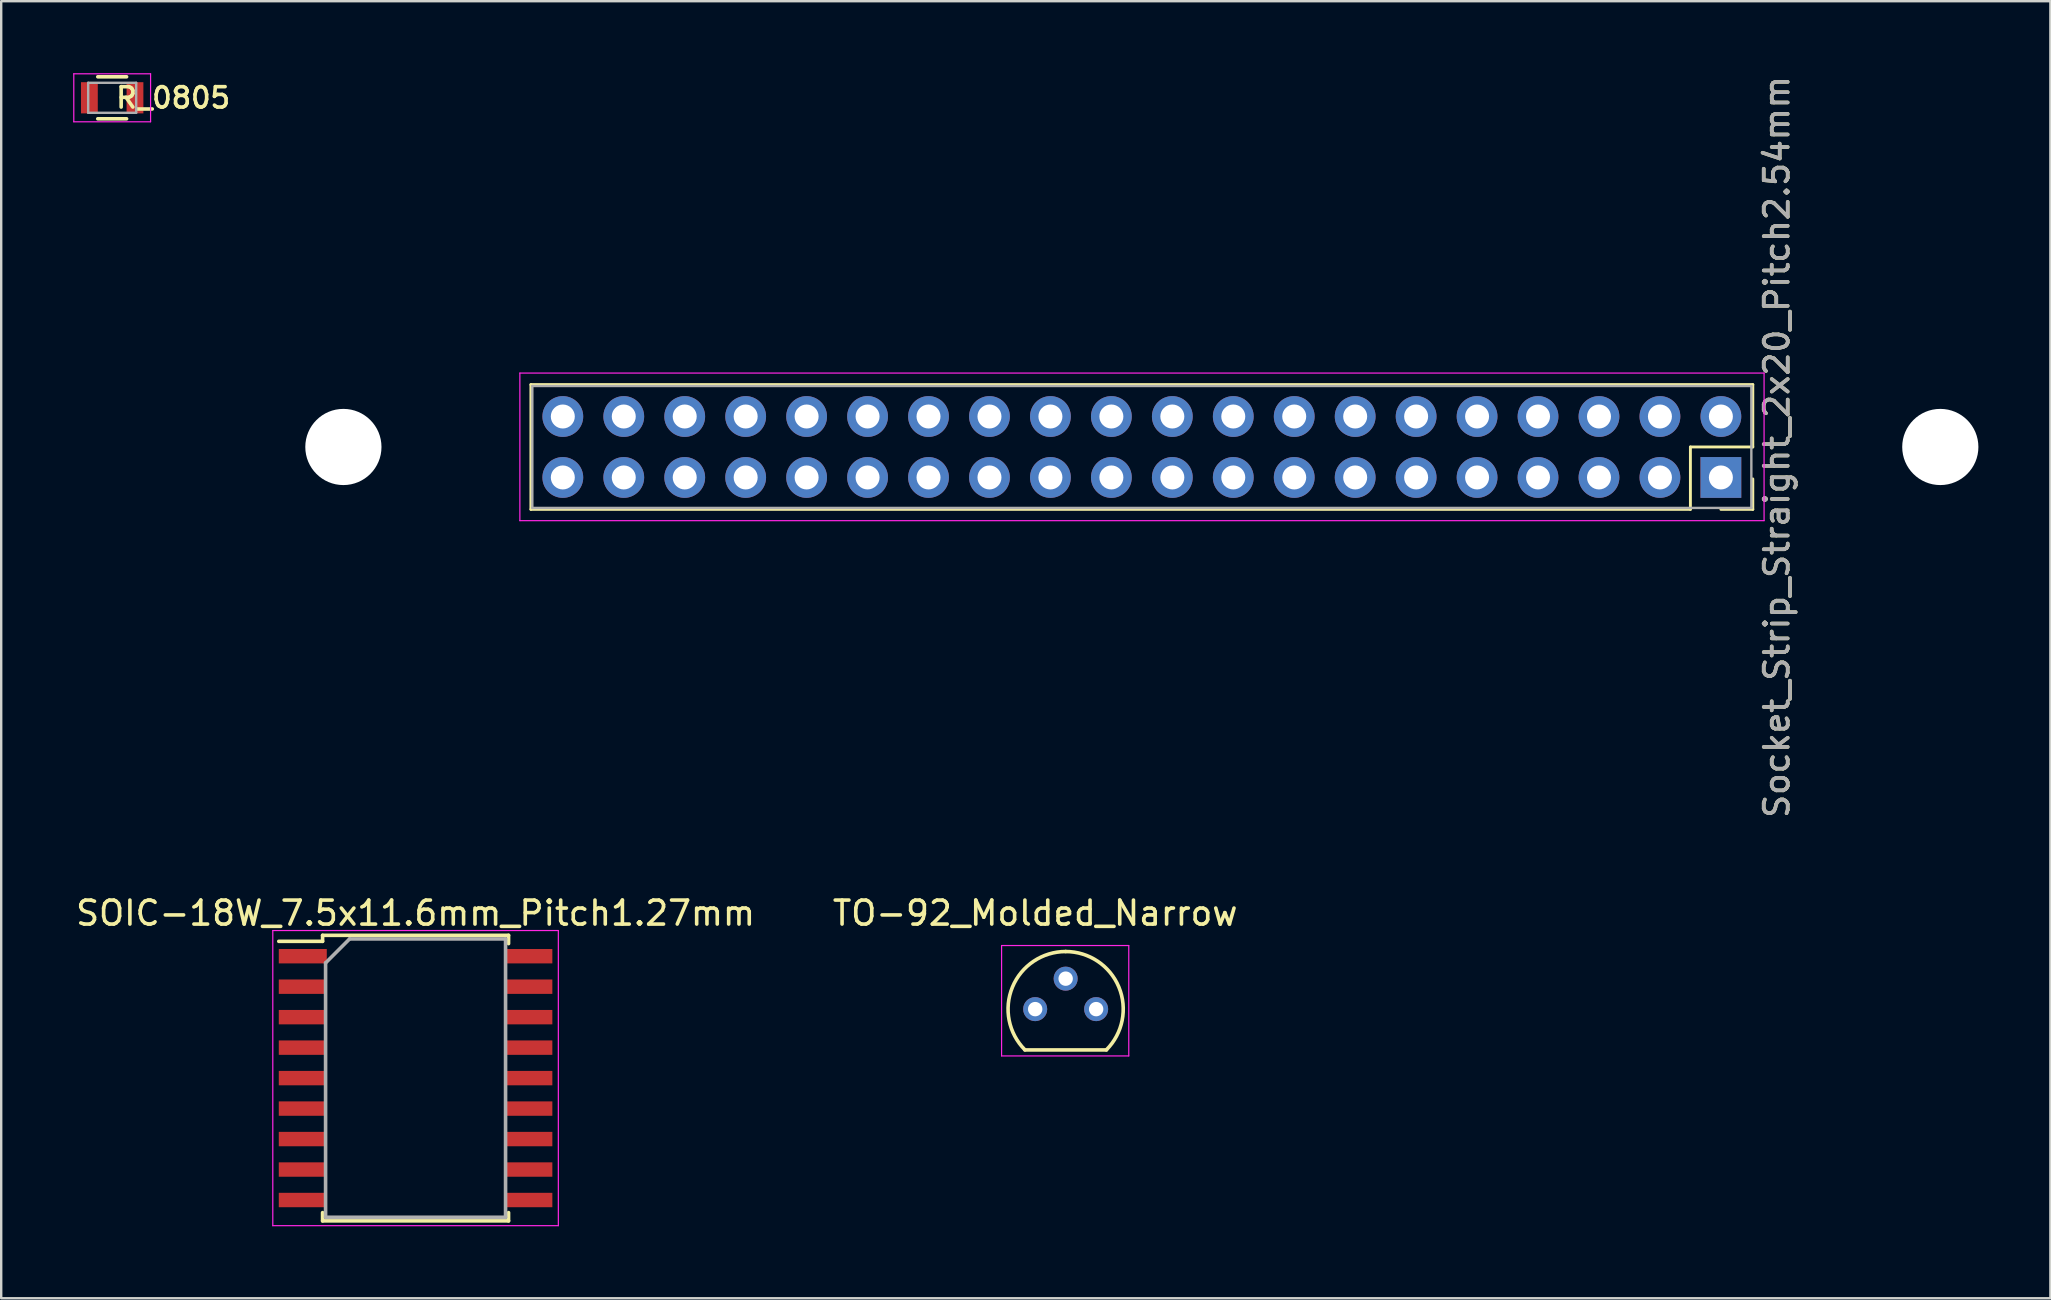
<source format=kicad_pcb>
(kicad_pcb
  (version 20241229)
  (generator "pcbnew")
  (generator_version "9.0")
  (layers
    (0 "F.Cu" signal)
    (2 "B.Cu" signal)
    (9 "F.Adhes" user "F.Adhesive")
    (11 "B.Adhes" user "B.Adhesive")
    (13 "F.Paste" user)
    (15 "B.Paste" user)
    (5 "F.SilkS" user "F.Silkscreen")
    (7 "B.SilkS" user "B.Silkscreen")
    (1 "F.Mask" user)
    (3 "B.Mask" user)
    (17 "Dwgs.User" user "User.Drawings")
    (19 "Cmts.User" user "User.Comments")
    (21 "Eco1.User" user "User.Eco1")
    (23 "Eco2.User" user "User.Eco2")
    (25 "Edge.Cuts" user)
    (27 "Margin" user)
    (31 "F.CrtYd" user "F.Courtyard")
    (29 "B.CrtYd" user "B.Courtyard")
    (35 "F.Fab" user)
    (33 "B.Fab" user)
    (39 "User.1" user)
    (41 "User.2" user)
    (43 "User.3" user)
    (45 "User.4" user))
  (footprint "SOIC-18W_7.5x11.6mm_Pitch1.27mm"
    (layer "F.Cu")
    (at 14.268 41.878)
    (property "Reference" "SOIC-18W_7.5x11.6mm_Pitch1.27mm" (at 0 -6.875 0) (layer "F.SilkS") (effects (font (size 1 1) (thickness 0.15))))
    (attr smd)
    (fp_line (start -3.875 -5.95) (end -3.875 -5.7) (stroke (width 0.15) (type solid)) (layer "F.SilkS"))
    (fp_line (start -3.875 -5.95) (end 3.875 -5.95) (stroke (width 0.15) (type solid)) (layer "F.SilkS"))
    (fp_line (start -3.875 -5.7) (end -5.7 -5.7) (stroke (width 0.15) (type solid)) (layer "F.SilkS"))
    (fp_line (start -3.875 5.95) (end -3.875 5.605) (stroke (width 0.15) (type solid)) (layer "F.SilkS"))
    (fp_line (start -3.875 5.95) (end 3.875 5.95) (stroke (width 0.15) (type solid)) (layer "F.SilkS"))
    (fp_line (start 3.875 -5.95) (end 3.875 -5.605) (stroke (width 0.15) (type solid)) (layer "F.SilkS"))
    (fp_line (start 3.875 5.95) (end 3.875 5.605) (stroke (width 0.15) (type solid)) (layer "F.SilkS"))
    (fp_line (start -5.95 -6.15) (end -5.95 6.15) (stroke (width 0.05) (type solid)) (layer "F.CrtYd"))
    (fp_line (start -5.95 -6.15) (end 5.95 -6.15) (stroke (width 0.05) (type solid)) (layer "F.CrtYd"))
    (fp_line (start -5.95 6.15) (end 5.95 6.15) (stroke (width 0.05) (type solid)) (layer "F.CrtYd"))
    (fp_line (start 5.95 -6.15) (end 5.95 6.15) (stroke (width 0.05) (type solid)) (layer "F.CrtYd"))
    (fp_line (start -3.75 -4.8) (end -2.75 -5.8) (stroke (width 0.15) (type solid)) (layer "F.Fab"))
    (fp_line (start -3.75 5.8) (end -3.75 -4.8) (stroke (width 0.15) (type solid)) (layer "F.Fab"))
    (fp_line (start -2.75 -5.8) (end 3.75 -5.8) (stroke (width 0.15) (type solid)) (layer "F.Fab"))
    (fp_line (start 3.75 -5.8) (end 3.75 5.8) (stroke (width 0.15) (type solid)) (layer "F.Fab"))
    (fp_line (start 3.75 5.8) (end -3.75 5.8) (stroke (width 0.15) (type solid)) (layer "F.Fab"))
    (pad "1" smd rect (at -4.7 -5.08) (size 2 0.6) (layers "F.Cu" "F.Mask" "F.Paste"))
    (pad "2" smd rect (at -4.7 -3.81) (size 2 0.6) (layers "F.Cu" "F.Mask" "F.Paste"))
    (pad "3" smd rect (at -4.7 -2.54) (size 2 0.6) (layers "F.Cu" "F.Mask" "F.Paste"))
    (pad "4" smd rect (at -4.7 -1.27) (size 2 0.6) (layers "F.Cu" "F.Mask" "F.Paste"))
    (pad "5" smd rect (at -4.7 0) (size 2 0.6) (layers "F.Cu" "F.Mask" "F.Paste"))
    (pad "6" smd rect (at -4.7 1.27) (size 2 0.6) (layers "F.Cu" "F.Mask" "F.Paste"))
    (pad "7" smd rect (at -4.7 2.54) (size 2 0.6) (layers "F.Cu" "F.Mask" "F.Paste"))
    (pad "8" smd rect (at -4.7 3.81) (size 2 0.6) (layers "F.Cu" "F.Mask" "F.Paste"))
    (pad "9" smd rect (at -4.7 5.08) (size 2 0.6) (layers "F.Cu" "F.Mask" "F.Paste"))
    (pad "10" smd rect (at 4.7 5.08) (size 2 0.6) (layers "F.Cu" "F.Mask" "F.Paste"))
    (pad "11" smd rect (at 4.7 3.81) (size 2 0.6) (layers "F.Cu" "F.Mask" "F.Paste"))
    (pad "12" smd rect (at 4.7 2.54) (size 2 0.6) (layers "F.Cu" "F.Mask" "F.Paste"))
    (pad "13" smd rect (at 4.7 1.27) (size 2 0.6) (layers "F.Cu" "F.Mask" "F.Paste"))
    (pad "14" smd rect (at 4.7 0) (size 2 0.6) (layers "F.Cu" "F.Mask" "F.Paste"))
    (pad "15" smd rect (at 4.7 -1.27) (size 2 0.6) (layers "F.Cu" "F.Mask" "F.Paste"))
    (pad "16" smd rect (at 4.7 -2.54) (size 2 0.6) (layers "F.Cu" "F.Mask" "F.Paste"))
    (pad "17" smd rect (at 4.7 -3.81) (size 2 0.6) (layers "F.Cu" "F.Mask" "F.Paste"))
    (pad "18" smd rect (at 4.7 -5.08) (size 2 0.6) (layers "F.Cu" "F.Mask" "F.Paste")))
  (footprint "TO-92_Molded_Narrow"
    (layer "F.Cu")
    (at 40.089 39.003)
    (property "Reference" "TO-92_Molded_Narrow" (at 0 -4 0) (layer "F.SilkS") (effects (font (size 1 1) (thickness 0.15))))
    (attr through_hole)
    (fp_line (start -0.43 1.7) (end 2.97 1.7) (stroke (width 0.15) (type solid)) (layer "F.SilkS"))
    (fp_arc (start -0.427056 1.697056) (mid -0.947311 -0.91844) (end 1.27 -2.4) (stroke (width 0.15) (type solid)) (layer "F.SilkS"))
    (fp_arc (start 1.27 -2.4) (mid 3.487311 -0.91844) (end 2.967056 1.697056) (stroke (width 0.15) (type solid)) (layer "F.SilkS"))
    (fp_line (start -1.4 -2.65) (end 3.9 -2.65) (stroke (width 0.05) (type solid)) (layer "F.CrtYd"))
    (fp_line (start -1.4 1.95) (end -1.4 -2.65) (stroke (width 0.05) (type solid)) (layer "F.CrtYd"))
    (fp_line (start -1.4 1.95) (end 3.9 1.95) (stroke (width 0.05) (type solid)) (layer "F.CrtYd"))
    (fp_line (start 3.9 1.95) (end 3.9 -2.65) (stroke (width 0.05) (type solid)) (layer "F.CrtYd"))
    (pad "1" thru_hole circle (at 0 0 90) (size 1.001 1.001) (drill 0.6) (layers "*.Cu" "*.Mask"))
    (pad "2" thru_hole circle (at 1.27 -1.27 90) (size 1.001 1.001) (drill 0.6) (layers "*.Cu" "*.Mask"))
    (pad "3" thru_hole circle (at 2.54 0 90) (size 1.001 1.001) (drill 0.6) (layers "*.Cu" "*.Mask")))
  (footprint "R_0805"
    (layer "F.Cu")
    (at 1.625 1.025)
    (property "Reference" "R_0805" (at 2.54 0 0) (layer "F.SilkS") (effects (font (size 0.85 0.85) (thickness 0.15))))
    (attr smd)
    (fp_line (start -0.6 -0.875) (end 0.6 -0.875) (stroke (width 0.15) (type solid)) (layer "F.SilkS"))
    (fp_line (start 0.6 0.875) (end -0.6 0.875) (stroke (width 0.15) (type solid)) (layer "F.SilkS"))
    (fp_line (start -1.6 -1) (end -1.6 1) (stroke (width 0.05) (type solid)) (layer "F.CrtYd"))
    (fp_line (start -1.6 -1) (end 1.6 -1) (stroke (width 0.05) (type solid)) (layer "F.CrtYd"))
    (fp_line (start -1.6 1) (end 1.6 1) (stroke (width 0.05) (type solid)) (layer "F.CrtYd"))
    (fp_line (start 1.6 -1) (end 1.6 1) (stroke (width 0.05) (type solid)) (layer "F.CrtYd"))
    (fp_line (start -1 -0.625) (end 1 -0.625) (stroke (width 0.1) (type solid)) (layer "F.Fab"))
    (fp_line (start -1 0.625) (end -1 -0.625) (stroke (width 0.1) (type solid)) (layer "F.Fab"))
    (fp_line (start 1 -0.625) (end 1 0.625) (stroke (width 0.1) (type solid)) (layer "F.Fab"))
    (fp_line (start 1 0.625) (end -1 0.625) (stroke (width 0.1) (type solid)) (layer "F.Fab"))
    (pad "1" smd rect (at -0.95 0) (size 0.7 1.3) (layers "F.Cu" "F.Mask" "F.Paste"))
    (pad "2" smd rect (at 0.95 0) (size 0.7 1.3) (layers "F.Cu" "F.Mask" "F.Paste")))
  (footprint "Socket_Strip_Straight_2x20_Pitch2.54mm"
    (layer "F.Cu")
    (at 44.534 15.577)
    (property "Reference" "Socket_Strip_Straight_2x20_Pitch2.54mm" (at 26.46 0 270) (layer "F.SilkS") (effects (font (size 1 1) (thickness 0.15))))
    (attr through_hole)
    (fp_line (start -25.46 -2.6) (end 25.46 -2.6) (stroke (width 0.12) (type solid)) (layer "F.SilkS"))
    (fp_line (start -25.46 2.6) (end -25.46 -2.6) (stroke (width 0.12) (type solid)) (layer "F.SilkS"))
    (fp_line (start 22.86 0) (end 22.86 2.6) (stroke (width 0.12) (type solid)) (layer "F.SilkS"))
    (fp_line (start 22.86 2.6) (end -25.46 2.6) (stroke (width 0.12) (type solid)) (layer "F.SilkS"))
    (fp_line (start 24.13 2.6) (end 25.46 2.6) (stroke (width 0.12) (type solid)) (layer "F.SilkS"))
    (fp_line (start 25.46 -2.6) (end 25.46 0) (stroke (width 0.12) (type solid)) (layer "F.SilkS"))
    (fp_line (start 25.46 0) (end 22.86 0) (stroke (width 0.12) (type solid)) (layer "F.SilkS"))
    (fp_line (start 25.46 2.6) (end 25.46 1.33) (stroke (width 0.12) (type solid)) (layer "F.SilkS"))
    (fp_line (start -25.92 -3.08) (end -25.92 3.07) (stroke (width 0.05) (type solid)) (layer "F.CrtYd"))
    (fp_line (start -25.92 3.07) (end 25.93 3.07) (stroke (width 0.05) (type solid)) (layer "F.CrtYd"))
    (fp_line (start 25.93 -3.08) (end -25.92 -3.08) (stroke (width 0.05) (type solid)) (layer "F.CrtYd"))
    (fp_line (start 25.93 3.07) (end 25.93 -3.08) (stroke (width 0.05) (type solid)) (layer "F.CrtYd"))
    (fp_line (start -25.4 -2.54) (end -25.4 2.54) (stroke (width 0.1) (type solid)) (layer "F.Fab"))
    (fp_line (start -25.4 2.54) (end 25.4 2.54) (stroke (width 0.1) (type solid)) (layer "F.Fab"))
    (fp_line (start 25.4 -2.54) (end -25.4 -2.54) (stroke (width 0.1) (type solid)) (layer "F.Fab"))
    (fp_line (start 25.4 2.54) (end 25.4 -2.54) (stroke (width 0.1) (type solid)) (layer "F.Fab"))
    (fp_text user "${REFERENCE}" (at 26.46 0 270) (layer "F.Fab") (effects (font (size 1 1) (thickness 0.15))))
    (pad "" np_thru_hole circle (at -33.274 0) (size 3.175 3.175) (drill 3.175) (layers "*.Cu" "*.Mask"))
    (pad "" np_thru_hole circle (at 33.274 0) (size 3.175 3.175) (drill 3.175) (layers "*.Cu" "*.Mask"))
    (pad "1" thru_hole rect (at 24.13 1.27 270) (size 1.7 1.7) (drill 1) (layers "*.Cu" "*.Mask"))
    (pad "2" thru_hole oval (at 24.13 -1.27 270) (size 1.7 1.7) (drill 1) (layers "*.Cu" "*.Mask"))
    (pad "3" thru_hole oval (at 21.59 1.27 270) (size 1.7 1.7) (drill 1) (layers "*.Cu" "*.Mask"))
    (pad "4" thru_hole oval (at 21.59 -1.27 270) (size 1.7 1.7) (drill 1) (layers "*.Cu" "*.Mask"))
    (pad "5" thru_hole oval (at 19.05 1.27 270) (size 1.7 1.7) (drill 1) (layers "*.Cu" "*.Mask"))
    (pad "6" thru_hole oval (at 19.05 -1.27 270) (size 1.7 1.7) (drill 1) (layers "*.Cu" "*.Mask"))
    (pad "7" thru_hole oval (at 16.51 1.27 270) (size 1.7 1.7) (drill 1) (layers "*.Cu" "*.Mask"))
    (pad "8" thru_hole oval (at 16.51 -1.27 270) (size 1.7 1.7) (drill 1) (layers "*.Cu" "*.Mask"))
    (pad "9" thru_hole oval (at 13.97 1.27 270) (size 1.7 1.7) (drill 1) (layers "*.Cu" "*.Mask"))
    (pad "10" thru_hole oval (at 13.97 -1.27 270) (size 1.7 1.7) (drill 1) (layers "*.Cu" "*.Mask"))
    (pad "11" thru_hole oval (at 11.43 1.27 270) (size 1.7 1.7) (drill 1) (layers "*.Cu" "*.Mask"))
    (pad "12" thru_hole oval (at 11.43 -1.27 270) (size 1.7 1.7) (drill 1) (layers "*.Cu" "*.Mask"))
    (pad "13" thru_hole oval (at 8.89 1.27 270) (size 1.7 1.7) (drill 1) (layers "*.Cu" "*.Mask"))
    (pad "14" thru_hole oval (at 8.89 -1.27 270) (size 1.7 1.7) (drill 1) (layers "*.Cu" "*.Mask"))
    (pad "15" thru_hole oval (at 6.35 1.27 270) (size 1.7 1.7) (drill 1) (layers "*.Cu" "*.Mask"))
    (pad "16" thru_hole oval (at 6.35 -1.27 270) (size 1.7 1.7) (drill 1) (layers "*.Cu" "*.Mask"))
    (pad "17" thru_hole oval (at 3.81 1.27 270) (size 1.7 1.7) (drill 1) (layers "*.Cu" "*.Mask"))
    (pad "18" thru_hole oval (at 3.81 -1.27 270) (size 1.7 1.7) (drill 1) (layers "*.Cu" "*.Mask"))
    (pad "19" thru_hole oval (at 1.27 1.27 270) (size 1.7 1.7) (drill 1) (layers "*.Cu" "*.Mask"))
    (pad "20" thru_hole oval (at 1.27 -1.27 270) (size 1.7 1.7) (drill 1) (layers "*.Cu" "*.Mask"))
    (pad "21" thru_hole oval (at -1.27 1.27 270) (size 1.7 1.7) (drill 1) (layers "*.Cu" "*.Mask"))
    (pad "22" thru_hole oval (at -1.27 -1.27 270) (size 1.7 1.7) (drill 1) (layers "*.Cu" "*.Mask"))
    (pad "23" thru_hole oval (at -3.81 1.27 270) (size 1.7 1.7) (drill 1) (layers "*.Cu" "*.Mask"))
    (pad "24" thru_hole oval (at -3.81 -1.27 270) (size 1.7 1.7) (drill 1) (layers "*.Cu" "*.Mask"))
    (pad "25" thru_hole oval (at -6.35 1.27 270) (size 1.7 1.7) (drill 1) (layers "*.Cu" "*.Mask"))
    (pad "26" thru_hole oval (at -6.35 -1.27 270) (size 1.7 1.7) (drill 1) (layers "*.Cu" "*.Mask"))
    (pad "27" thru_hole oval (at -8.89 1.27 270) (size 1.7 1.7) (drill 1) (layers "*.Cu" "*.Mask"))
    (pad "28" thru_hole oval (at -8.89 -1.27 270) (size 1.7 1.7) (drill 1) (layers "*.Cu" "*.Mask"))
    (pad "29" thru_hole oval (at -11.43 1.27 270) (size 1.7 1.7) (drill 1) (layers "*.Cu" "*.Mask"))
    (pad "30" thru_hole oval (at -11.43 -1.27 270) (size 1.7 1.7) (drill 1) (layers "*.Cu" "*.Mask"))
    (pad "31" thru_hole oval (at -13.97 1.27 270) (size 1.7 1.7) (drill 1) (layers "*.Cu" "*.Mask"))
    (pad "32" thru_hole oval (at -13.97 -1.27 270) (size 1.7 1.7) (drill 1) (layers "*.Cu" "*.Mask"))
    (pad "33" thru_hole oval (at -16.51 1.27 270) (size 1.7 1.7) (drill 1) (layers "*.Cu" "*.Mask"))
    (pad "34" thru_hole oval (at -16.51 -1.27 270) (size 1.7 1.7) (drill 1) (layers "*.Cu" "*.Mask"))
    (pad "35" thru_hole oval (at -19.05 1.27 270) (size 1.7 1.7) (drill 1) (layers "*.Cu" "*.Mask"))
    (pad "36" thru_hole oval (at -19.05 -1.27 270) (size 1.7 1.7) (drill 1) (layers "*.Cu" "*.Mask"))
    (pad "37" thru_hole oval (at -21.59 1.27 270) (size 1.7 1.7) (drill 1) (layers "*.Cu" "*.Mask"))
    (pad "38" thru_hole oval (at -21.59 -1.27 270) (size 1.7 1.7) (drill 1) (layers "*.Cu" "*.Mask"))
    (pad "39" thru_hole oval (at -24.13 1.27 270) (size 1.7 1.7) (drill 1) (layers "*.Cu" "*.Mask"))
    (pad "40" thru_hole oval (at -24.13 -1.27 270) (size 1.7 1.7) (drill 1) (layers "*.Cu" "*.Mask")))
  (gr_rect
    (start -3 -3)
    (end 82.396 51.053)
    (stroke (width 0.1) (type default))
    (fill no)
    (layer "Edge.Cuts")))
</source>
